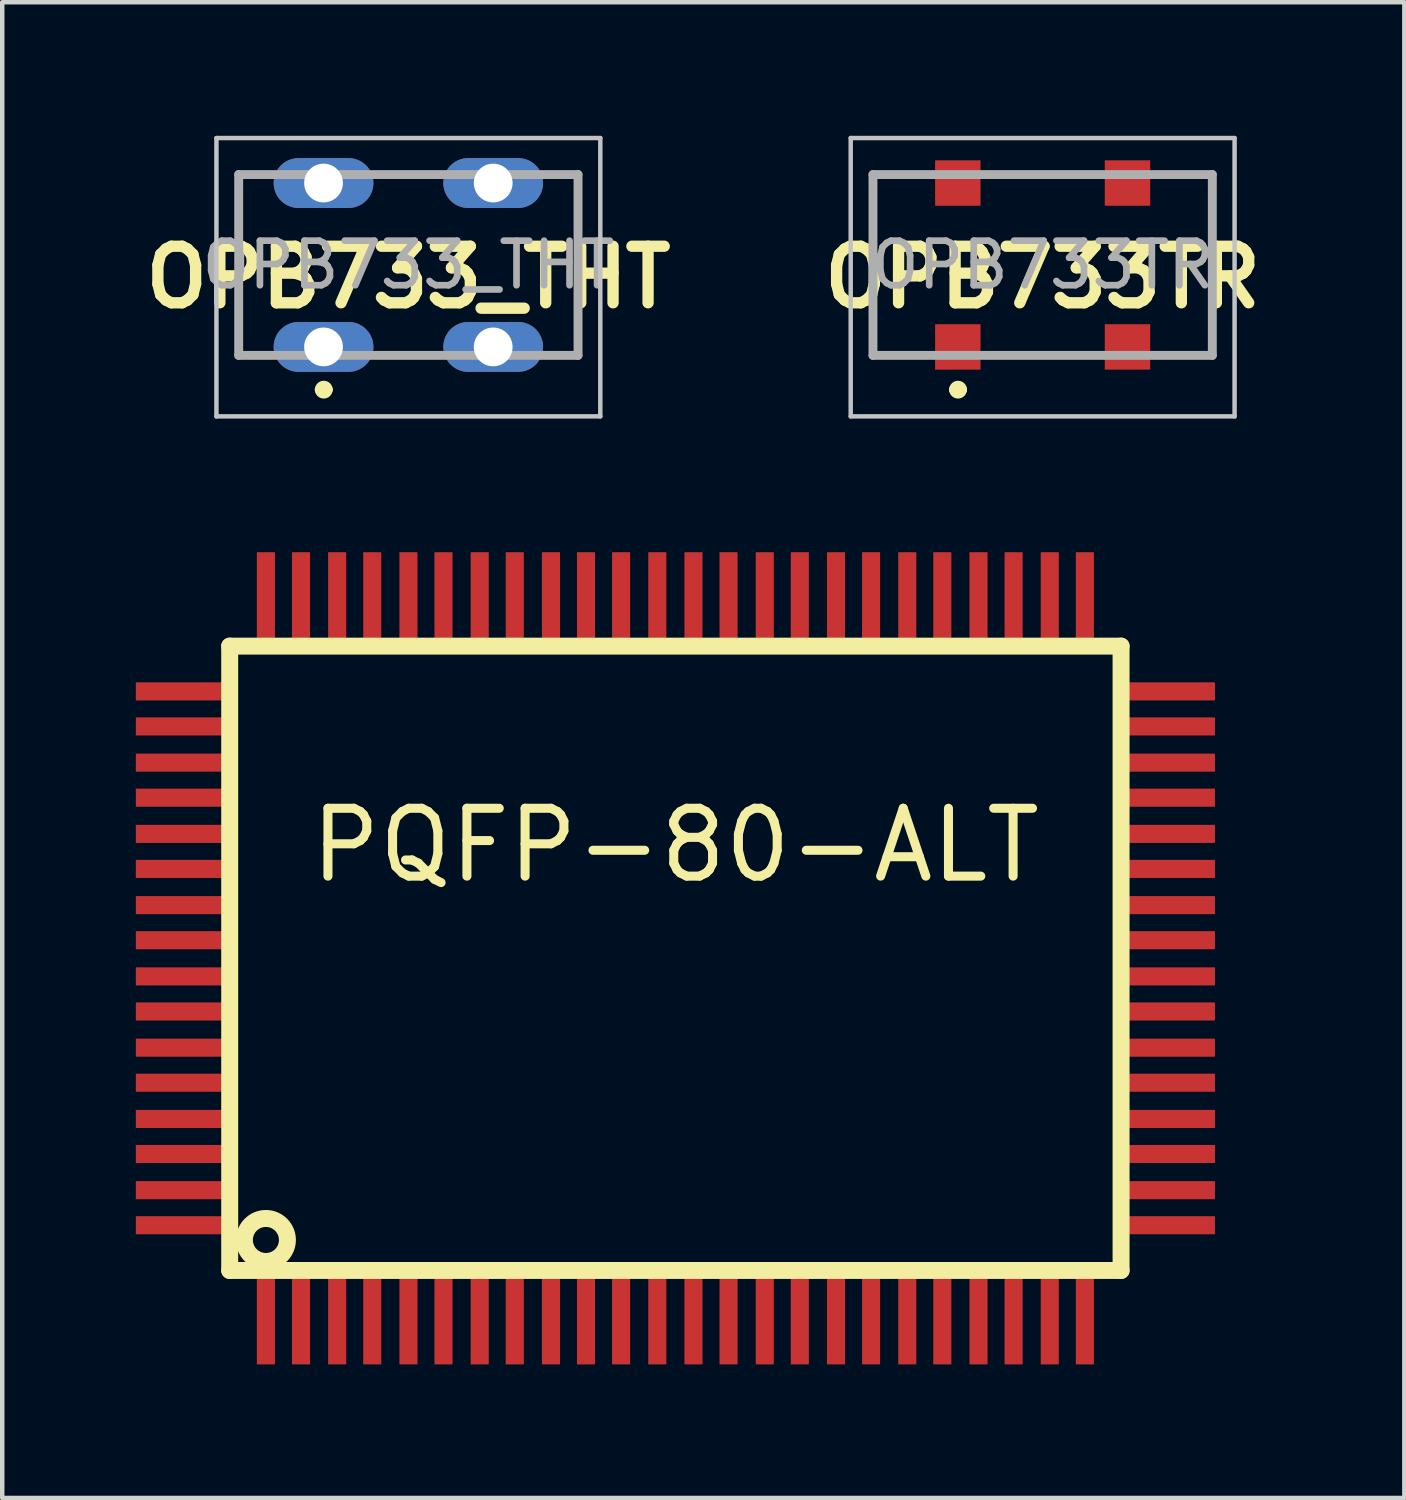
<source format=kicad_pcb>
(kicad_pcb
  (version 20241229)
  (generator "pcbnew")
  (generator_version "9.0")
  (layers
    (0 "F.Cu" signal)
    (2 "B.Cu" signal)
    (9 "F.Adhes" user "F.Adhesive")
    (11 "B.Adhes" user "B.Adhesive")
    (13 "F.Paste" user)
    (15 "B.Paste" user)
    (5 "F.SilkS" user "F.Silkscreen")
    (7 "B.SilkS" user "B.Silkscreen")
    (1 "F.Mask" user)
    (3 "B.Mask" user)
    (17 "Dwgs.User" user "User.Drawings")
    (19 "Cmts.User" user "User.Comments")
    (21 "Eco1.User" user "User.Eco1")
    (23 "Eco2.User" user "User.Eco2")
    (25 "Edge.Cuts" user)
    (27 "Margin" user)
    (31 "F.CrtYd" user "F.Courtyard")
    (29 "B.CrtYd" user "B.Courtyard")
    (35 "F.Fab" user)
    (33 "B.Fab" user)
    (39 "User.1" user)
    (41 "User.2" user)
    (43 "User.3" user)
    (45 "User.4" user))
  (footprint "PQFP-80-ALT"
    (layer "F.Cu")
    (at 12.116 18.469)
    (property "Reference" "PQFP-80-ALT" (at 0 -2.54 0) (layer "F.SilkS") (effects (font (size 1.524 1.524) (thickness 0.203))))
    (attr smd)
    (fp_line (start -10.008 -7.01) (end -10.008 7.01) (stroke (width 0.381) (type solid)) (layer "F.SilkS"))
    (fp_line (start -10.008 7.01) (end 10.008 7.01) (stroke (width 0.381) (type solid)) (layer "F.SilkS"))
    (fp_line (start 10.008 -7.01) (end -10.008 -7.01) (stroke (width 0.381) (type solid)) (layer "F.SilkS"))
    (fp_line (start 10.008 7.01) (end 10.008 -7.01) (stroke (width 0.381) (type solid)) (layer "F.SilkS"))
    (fp_circle (center -9.195 6.325) (end -9.195 5.842) (stroke (width 0.381) (type solid)) (fill no) (layer "F.SilkS"))
    (pad "1" smd rect (at -9.195 8.103) (size 0.406 2.032) (layers "F.Cu" "F.Mask" "F.Paste"))
    (pad "2" smd rect (at -8.407 8.103) (size 0.406 2.032) (layers "F.Cu" "F.Mask" "F.Paste"))
    (pad "3" smd rect (at -7.595 8.103) (size 0.406 2.032) (layers "F.Cu" "F.Mask" "F.Paste"))
    (pad "4" smd rect (at -6.807 8.103) (size 0.406 2.032) (layers "F.Cu" "F.Mask" "F.Paste"))
    (pad "5" smd rect (at -5.994 8.103) (size 0.406 2.032) (layers "F.Cu" "F.Mask" "F.Paste"))
    (pad "6" smd rect (at -5.207 8.103) (size 0.406 2.032) (layers "F.Cu" "F.Mask" "F.Paste"))
    (pad "7" smd rect (at -4.394 8.103) (size 0.406 2.032) (layers "F.Cu" "F.Mask" "F.Paste"))
    (pad "8" smd rect (at -3.607 8.103) (size 0.406 2.032) (layers "F.Cu" "F.Mask" "F.Paste"))
    (pad "9" smd rect (at -2.794 8.103) (size 0.406 2.032) (layers "F.Cu" "F.Mask" "F.Paste"))
    (pad "10" smd rect (at -2.007 8.103) (size 0.406 2.032) (layers "F.Cu" "F.Mask" "F.Paste"))
    (pad "11" smd rect (at -1.219 8.103) (size 0.406 2.032) (layers "F.Cu" "F.Mask" "F.Paste"))
    (pad "12" smd rect (at -0.406 8.103) (size 0.406 2.032) (layers "F.Cu" "F.Mask" "F.Paste"))
    (pad "13" smd rect (at 0.406 8.103) (size 0.406 2.032) (layers "F.Cu" "F.Mask" "F.Paste"))
    (pad "14" smd rect (at 1.194 8.103) (size 0.406 2.032) (layers "F.Cu" "F.Mask" "F.Paste"))
    (pad "15" smd rect (at 2.007 8.103) (size 0.406 2.032) (layers "F.Cu" "F.Mask" "F.Paste"))
    (pad "16" smd rect (at 2.794 8.103) (size 0.406 2.032) (layers "F.Cu" "F.Mask" "F.Paste"))
    (pad "17" smd rect (at 3.607 8.103) (size 0.406 2.032) (layers "F.Cu" "F.Mask" "F.Paste"))
    (pad "18" smd rect (at 4.394 8.103) (size 0.406 2.032) (layers "F.Cu" "F.Mask" "F.Paste"))
    (pad "19" smd rect (at 5.207 8.103) (size 0.406 2.032) (layers "F.Cu" "F.Mask" "F.Paste"))
    (pad "20" smd rect (at 5.994 8.103) (size 0.406 2.032) (layers "F.Cu" "F.Mask" "F.Paste"))
    (pad "21" smd rect (at 6.807 8.103) (size 0.406 2.032) (layers "F.Cu" "F.Mask" "F.Paste"))
    (pad "22" smd rect (at 7.595 8.103) (size 0.406 2.032) (layers "F.Cu" "F.Mask" "F.Paste"))
    (pad "23" smd rect (at 8.407 8.103) (size 0.406 2.032) (layers "F.Cu" "F.Mask" "F.Paste"))
    (pad "24" smd rect (at 9.195 8.103) (size 0.406 2.032) (layers "F.Cu" "F.Mask" "F.Paste"))
    (pad "25" smd rect (at 11.1 5.994) (size 2.032 0.406) (layers "F.Cu" "F.Mask" "F.Paste"))
    (pad "26" smd rect (at 11.1 5.207) (size 2.032 0.406) (layers "F.Cu" "F.Mask" "F.Paste"))
    (pad "27" smd rect (at 11.1 4.394) (size 2.032 0.406) (layers "F.Cu" "F.Mask" "F.Paste"))
    (pad "28" smd rect (at 11.1 3.607) (size 2.032 0.406) (layers "F.Cu" "F.Mask" "F.Paste"))
    (pad "29" smd rect (at 11.1 2.794) (size 2.032 0.406) (layers "F.Cu" "F.Mask" "F.Paste"))
    (pad "30" smd rect (at 11.1 2.007) (size 2.032 0.406) (layers "F.Cu" "F.Mask" "F.Paste"))
    (pad "31" smd rect (at 11.1 1.194) (size 2.032 0.406) (layers "F.Cu" "F.Mask" "F.Paste"))
    (pad "32" smd rect (at 11.1 0.406) (size 2.032 0.406) (layers "F.Cu" "F.Mask" "F.Paste"))
    (pad "33" smd rect (at 11.1 -0.406) (size 2.032 0.406) (layers "F.Cu" "F.Mask" "F.Paste"))
    (pad "34" smd rect (at 11.1 -1.194) (size 2.032 0.406) (layers "F.Cu" "F.Mask" "F.Paste"))
    (pad "35" smd rect (at 11.1 -2.007) (size 2.032 0.406) (layers "F.Cu" "F.Mask" "F.Paste"))
    (pad "36" smd rect (at 11.1 -2.794) (size 2.032 0.406) (layers "F.Cu" "F.Mask" "F.Paste"))
    (pad "37" smd rect (at 11.1 -3.607) (size 2.032 0.406) (layers "F.Cu" "F.Mask" "F.Paste"))
    (pad "38" smd rect (at 11.1 -4.394) (size 2.032 0.406) (layers "F.Cu" "F.Mask" "F.Paste"))
    (pad "39" smd rect (at 11.1 -5.207) (size 2.032 0.406) (layers "F.Cu" "F.Mask" "F.Paste"))
    (pad "40" smd rect (at 11.1 -5.994) (size 2.032 0.406) (layers "F.Cu" "F.Mask" "F.Paste"))
    (pad "41" smd rect (at 9.195 -8.103) (size 0.406 2.032) (layers "F.Cu" "F.Mask" "F.Paste"))
    (pad "42" smd rect (at 8.407 -8.103) (size 0.406 2.032) (layers "F.Cu" "F.Mask" "F.Paste"))
    (pad "43" smd rect (at 7.595 -8.103) (size 0.406 2.032) (layers "F.Cu" "F.Mask" "F.Paste"))
    (pad "44" smd rect (at 6.807 -8.103) (size 0.406 2.032) (layers "F.Cu" "F.Mask" "F.Paste"))
    (pad "45" smd rect (at 5.994 -8.103) (size 0.406 2.032) (layers "F.Cu" "F.Mask" "F.Paste"))
    (pad "46" smd rect (at 5.207 -8.103) (size 0.406 2.032) (layers "F.Cu" "F.Mask" "F.Paste"))
    (pad "47" smd rect (at 4.394 -8.103) (size 0.406 2.032) (layers "F.Cu" "F.Mask" "F.Paste"))
    (pad "48" smd rect (at 3.607 -8.103) (size 0.406 2.032) (layers "F.Cu" "F.Mask" "F.Paste"))
    (pad "49" smd rect (at 2.794 -8.103) (size 0.406 2.032) (layers "F.Cu" "F.Mask" "F.Paste"))
    (pad "50" smd rect (at 2.007 -8.103) (size 0.406 2.032) (layers "F.Cu" "F.Mask" "F.Paste"))
    (pad "51" smd rect (at 1.194 -8.103) (size 0.406 2.032) (layers "F.Cu" "F.Mask" "F.Paste"))
    (pad "52" smd rect (at 0.406 -8.103) (size 0.406 2.032) (layers "F.Cu" "F.Mask" "F.Paste"))
    (pad "53" smd rect (at -0.406 -8.103) (size 0.406 2.032) (layers "F.Cu" "F.Mask" "F.Paste"))
    (pad "54" smd rect (at -1.219 -8.103) (size 0.406 2.032) (layers "F.Cu" "F.Mask" "F.Paste"))
    (pad "55" smd rect (at -2.007 -8.103) (size 0.406 2.032) (layers "F.Cu" "F.Mask" "F.Paste"))
    (pad "56" smd rect (at -2.794 -8.103) (size 0.406 2.032) (layers "F.Cu" "F.Mask" "F.Paste"))
    (pad "57" smd rect (at -3.607 -8.103) (size 0.406 2.032) (layers "F.Cu" "F.Mask" "F.Paste"))
    (pad "58" smd rect (at -4.394 -8.103) (size 0.406 2.032) (layers "F.Cu" "F.Mask" "F.Paste"))
    (pad "59" smd rect (at -5.207 -8.103) (size 0.406 2.032) (layers "F.Cu" "F.Mask" "F.Paste"))
    (pad "60" smd rect (at -5.994 -8.103) (size 0.406 2.032) (layers "F.Cu" "F.Mask" "F.Paste"))
    (pad "61" smd rect (at -6.807 -8.103) (size 0.406 2.032) (layers "F.Cu" "F.Mask" "F.Paste"))
    (pad "62" smd rect (at -7.595 -8.103) (size 0.406 2.032) (layers "F.Cu" "F.Mask" "F.Paste"))
    (pad "63" smd rect (at -8.407 -8.103) (size 0.406 2.032) (layers "F.Cu" "F.Mask" "F.Paste"))
    (pad "64" smd rect (at -9.195 -8.103) (size 0.406 2.032) (layers "F.Cu" "F.Mask" "F.Paste"))
    (pad "65" smd rect (at -11.1 -5.994) (size 2.032 0.406) (layers "F.Cu" "F.Mask" "F.Paste"))
    (pad "66" smd rect (at -11.1 -5.207) (size 2.032 0.406) (layers "F.Cu" "F.Mask" "F.Paste"))
    (pad "67" smd rect (at -11.1 -4.394) (size 2.032 0.406) (layers "F.Cu" "F.Mask" "F.Paste"))
    (pad "68" smd rect (at -11.1 -3.607) (size 2.032 0.406) (layers "F.Cu" "F.Mask" "F.Paste"))
    (pad "69" smd rect (at -11.1 -2.794) (size 2.032 0.406) (layers "F.Cu" "F.Mask" "F.Paste"))
    (pad "70" smd rect (at -11.1 -2.007) (size 2.032 0.406) (layers "F.Cu" "F.Mask" "F.Paste"))
    (pad "71" smd rect (at -11.1 -1.194) (size 2.032 0.406) (layers "F.Cu" "F.Mask" "F.Paste"))
    (pad "72" smd rect (at -11.1 -0.406) (size 2.032 0.406) (layers "F.Cu" "F.Mask" "F.Paste"))
    (pad "73" smd rect (at -11.1 0.406) (size 2.032 0.406) (layers "F.Cu" "F.Mask" "F.Paste"))
    (pad "74" smd rect (at -11.1 1.194) (size 2.032 0.406) (layers "F.Cu" "F.Mask" "F.Paste"))
    (pad "75" smd rect (at -11.1 2.007) (size 2.032 0.406) (layers "F.Cu" "F.Mask" "F.Paste"))
    (pad "76" smd rect (at -11.1 2.794) (size 2.032 0.406) (layers "F.Cu" "F.Mask" "F.Paste"))
    (pad "77" smd rect (at -11.1 3.607) (size 2.032 0.406) (layers "F.Cu" "F.Mask" "F.Paste"))
    (pad "78" smd rect (at -11.1 4.394) (size 2.032 0.406) (layers "F.Cu" "F.Mask" "F.Paste"))
    (pad "79" smd rect (at -11.1 5.207) (size 2.032 0.406) (layers "F.Cu" "F.Mask" "F.Paste"))
    (pad "80" smd rect (at -11.1 5.994) (size 2.032 0.406) (layers "F.Cu" "F.Mask" "F.Paste")))
  (footprint "OPB733_THT"
    (layer "F.Cu")
    (at 6.12 2.9)
    (property "Reference" "OPB733_THT" (at 0 0.275 0) (layer "F.SilkS") (effects (font (size 1.27 1.27) (thickness 0.254))))
    (attr smd)
    (fp_line (start -3.81 -2.03) (end -3.81 2.03) (stroke (width 0.1) (type solid)) (layer "F.SilkS"))
    (fp_line (start -3.81 2.03) (end -3 2.03) (stroke (width 0.1) (type solid)) (layer "F.SilkS"))
    (fp_line (start -3 -2.03) (end -3.81 -2.03) (stroke (width 0.1) (type solid)) (layer "F.SilkS"))
    (fp_line (start -2 2.8) (end -2 2.8) (stroke (width 0.2) (type solid)) (layer "F.SilkS"))
    (fp_line (start -1.8 2.8) (end -1.8 2.8) (stroke (width 0.2) (type solid)) (layer "F.SilkS"))
    (fp_line (start -1 -2.03) (end 1 -2.03) (stroke (width 0.1) (type solid)) (layer "F.SilkS"))
    (fp_line (start -1 2.03) (end 1 2.03) (stroke (width 0.1) (type solid)) (layer "F.SilkS"))
    (fp_line (start 3 -2.03) (end 3.81 -2.03) (stroke (width 0.1) (type solid)) (layer "F.SilkS"))
    (fp_line (start 3.81 -2.03) (end 3.81 2.03) (stroke (width 0.1) (type solid)) (layer "F.SilkS"))
    (fp_line (start 3.81 2.03) (end 3 2.03) (stroke (width 0.1) (type solid)) (layer "F.SilkS"))
    (fp_arc (start -2 2.8) (mid -1.9 2.7) (end -1.8 2.8) (stroke (width 0.2) (type solid)) (layer "F.SilkS"))
    (fp_arc (start -1.8 2.8) (mid -1.9 2.9) (end -2 2.8) (stroke (width 0.2) (type solid)) (layer "F.SilkS"))
    (fp_line (start -4.31 -2.85) (end 4.31 -2.85) (stroke (width 0.1) (type solid)) (layer "Dwgs.User"))
    (fp_line (start -4.31 3.4) (end -4.31 -2.85) (stroke (width 0.1) (type solid)) (layer "Dwgs.User"))
    (fp_line (start 4.31 -2.85) (end 4.31 3.4) (stroke (width 0.1) (type solid)) (layer "Dwgs.User"))
    (fp_line (start 4.31 3.4) (end -4.31 3.4) (stroke (width 0.1) (type solid)) (layer "Dwgs.User"))
    (fp_line (start -3.81 -2.03) (end 3.81 -2.03) (stroke (width 0.2) (type solid)) (layer "F.Fab"))
    (fp_line (start -3.81 2.03) (end -3.81 -2.03) (stroke (width 0.2) (type solid)) (layer "F.Fab"))
    (fp_line (start 3.81 -2.03) (end 3.81 2.03) (stroke (width 0.2) (type solid)) (layer "F.Fab"))
    (fp_line (start 3.81 2.03) (end -3.81 2.03) (stroke (width 0.2) (type solid)) (layer "F.Fab"))
    (fp_text user "${REFERENCE}" (at 0 0 0) (layer "F.Fab") (effects (font (size 1 1) (thickness 0.15))))
    (pad "1" thru_hole oval (at -1.905 1.84 90) (size 1.12 2.24) (drill 0.87) (layers "*.Cu" "*.Mask"))
    (pad "2" thru_hole oval (at 1.905 1.84 90) (size 1.12 2.24) (drill 0.87) (layers "*.Cu" "*.Mask"))
    (pad "3" thru_hole oval (at 1.905 -1.84 90) (size 1.12 2.24) (drill 0.87) (layers "*.Cu" "*.Mask"))
    (pad "4" thru_hole oval (at -1.905 -1.84 90) (size 1.12 2.24) (drill 0.87) (layers "*.Cu" "*.Mask")))
  (footprint "OPB733TR"
    (layer "F.Cu")
    (at 20.363 2.9)
    (property "Reference" "OPB733TR" (at 0 0.275 0) (layer "F.SilkS") (effects (font (size 1.27 1.27) (thickness 0.254))))
    (attr smd)
    (fp_line (start -3.81 -2.03) (end -3.81 2.03) (stroke (width 0.1) (type solid)) (layer "F.SilkS"))
    (fp_line (start -3.81 2.03) (end -3 2.03) (stroke (width 0.1) (type solid)) (layer "F.SilkS"))
    (fp_line (start -3 -2.03) (end -3.81 -2.03) (stroke (width 0.1) (type solid)) (layer "F.SilkS"))
    (fp_line (start -2 2.8) (end -2 2.8) (stroke (width 0.2) (type solid)) (layer "F.SilkS"))
    (fp_line (start -1.8 2.8) (end -1.8 2.8) (stroke (width 0.2) (type solid)) (layer "F.SilkS"))
    (fp_line (start -1 -2.03) (end 1 -2.03) (stroke (width 0.1) (type solid)) (layer "F.SilkS"))
    (fp_line (start -1 2.03) (end 1 2.03) (stroke (width 0.1) (type solid)) (layer "F.SilkS"))
    (fp_line (start 3 -2.03) (end 3.81 -2.03) (stroke (width 0.1) (type solid)) (layer "F.SilkS"))
    (fp_line (start 3.81 -2.03) (end 3.81 2.03) (stroke (width 0.1) (type solid)) (layer "F.SilkS"))
    (fp_line (start 3.81 2.03) (end 3 2.03) (stroke (width 0.1) (type solid)) (layer "F.SilkS"))
    (fp_arc (start -2 2.8) (mid -1.9 2.7) (end -1.8 2.8) (stroke (width 0.2) (type solid)) (layer "F.SilkS"))
    (fp_arc (start -1.8 2.8) (mid -1.9 2.9) (end -2 2.8) (stroke (width 0.2) (type solid)) (layer "F.SilkS"))
    (fp_line (start -4.31 -2.85) (end 4.31 -2.85) (stroke (width 0.1) (type solid)) (layer "Dwgs.User"))
    (fp_line (start -4.31 3.4) (end -4.31 -2.85) (stroke (width 0.1) (type solid)) (layer "Dwgs.User"))
    (fp_line (start 4.31 -2.85) (end 4.31 3.4) (stroke (width 0.1) (type solid)) (layer "Dwgs.User"))
    (fp_line (start 4.31 3.4) (end -4.31 3.4) (stroke (width 0.1) (type solid)) (layer "Dwgs.User"))
    (fp_line (start -3.81 -2.03) (end 3.81 -2.03) (stroke (width 0.2) (type solid)) (layer "F.Fab"))
    (fp_line (start -3.81 2.03) (end -3.81 -2.03) (stroke (width 0.2) (type solid)) (layer "F.Fab"))
    (fp_line (start 3.81 -2.03) (end 3.81 2.03) (stroke (width 0.2) (type solid)) (layer "F.Fab"))
    (fp_line (start 3.81 2.03) (end -3.81 2.03) (stroke (width 0.2) (type solid)) (layer "F.Fab"))
    (fp_text user "${REFERENCE}" (at 0 0 0) (layer "F.Fab") (effects (font (size 1 1) (thickness 0.15))))
    (pad "1" smd rect (at -1.905 1.84 90) (size 1.02 1.02) (layers "F.Cu" "F.Mask" "F.Paste"))
    (pad "2" smd rect (at 1.905 1.84 90) (size 1.02 1.02) (layers "F.Cu" "F.Mask" "F.Paste"))
    (pad "3" smd rect (at 1.905 -1.84 90) (size 1.02 1.02) (layers "F.Cu" "F.Mask" "F.Paste"))
    (pad "4" smd rect (at -1.905 -1.84 90) (size 1.02 1.02) (layers "F.Cu" "F.Mask" "F.Paste")))
  (gr_rect
    (start -3 -3)
    (end 28.485 30.587)
    (stroke (width 0.1) (type default))
    (fill no)
    (layer "Edge.Cuts")))
</source>
